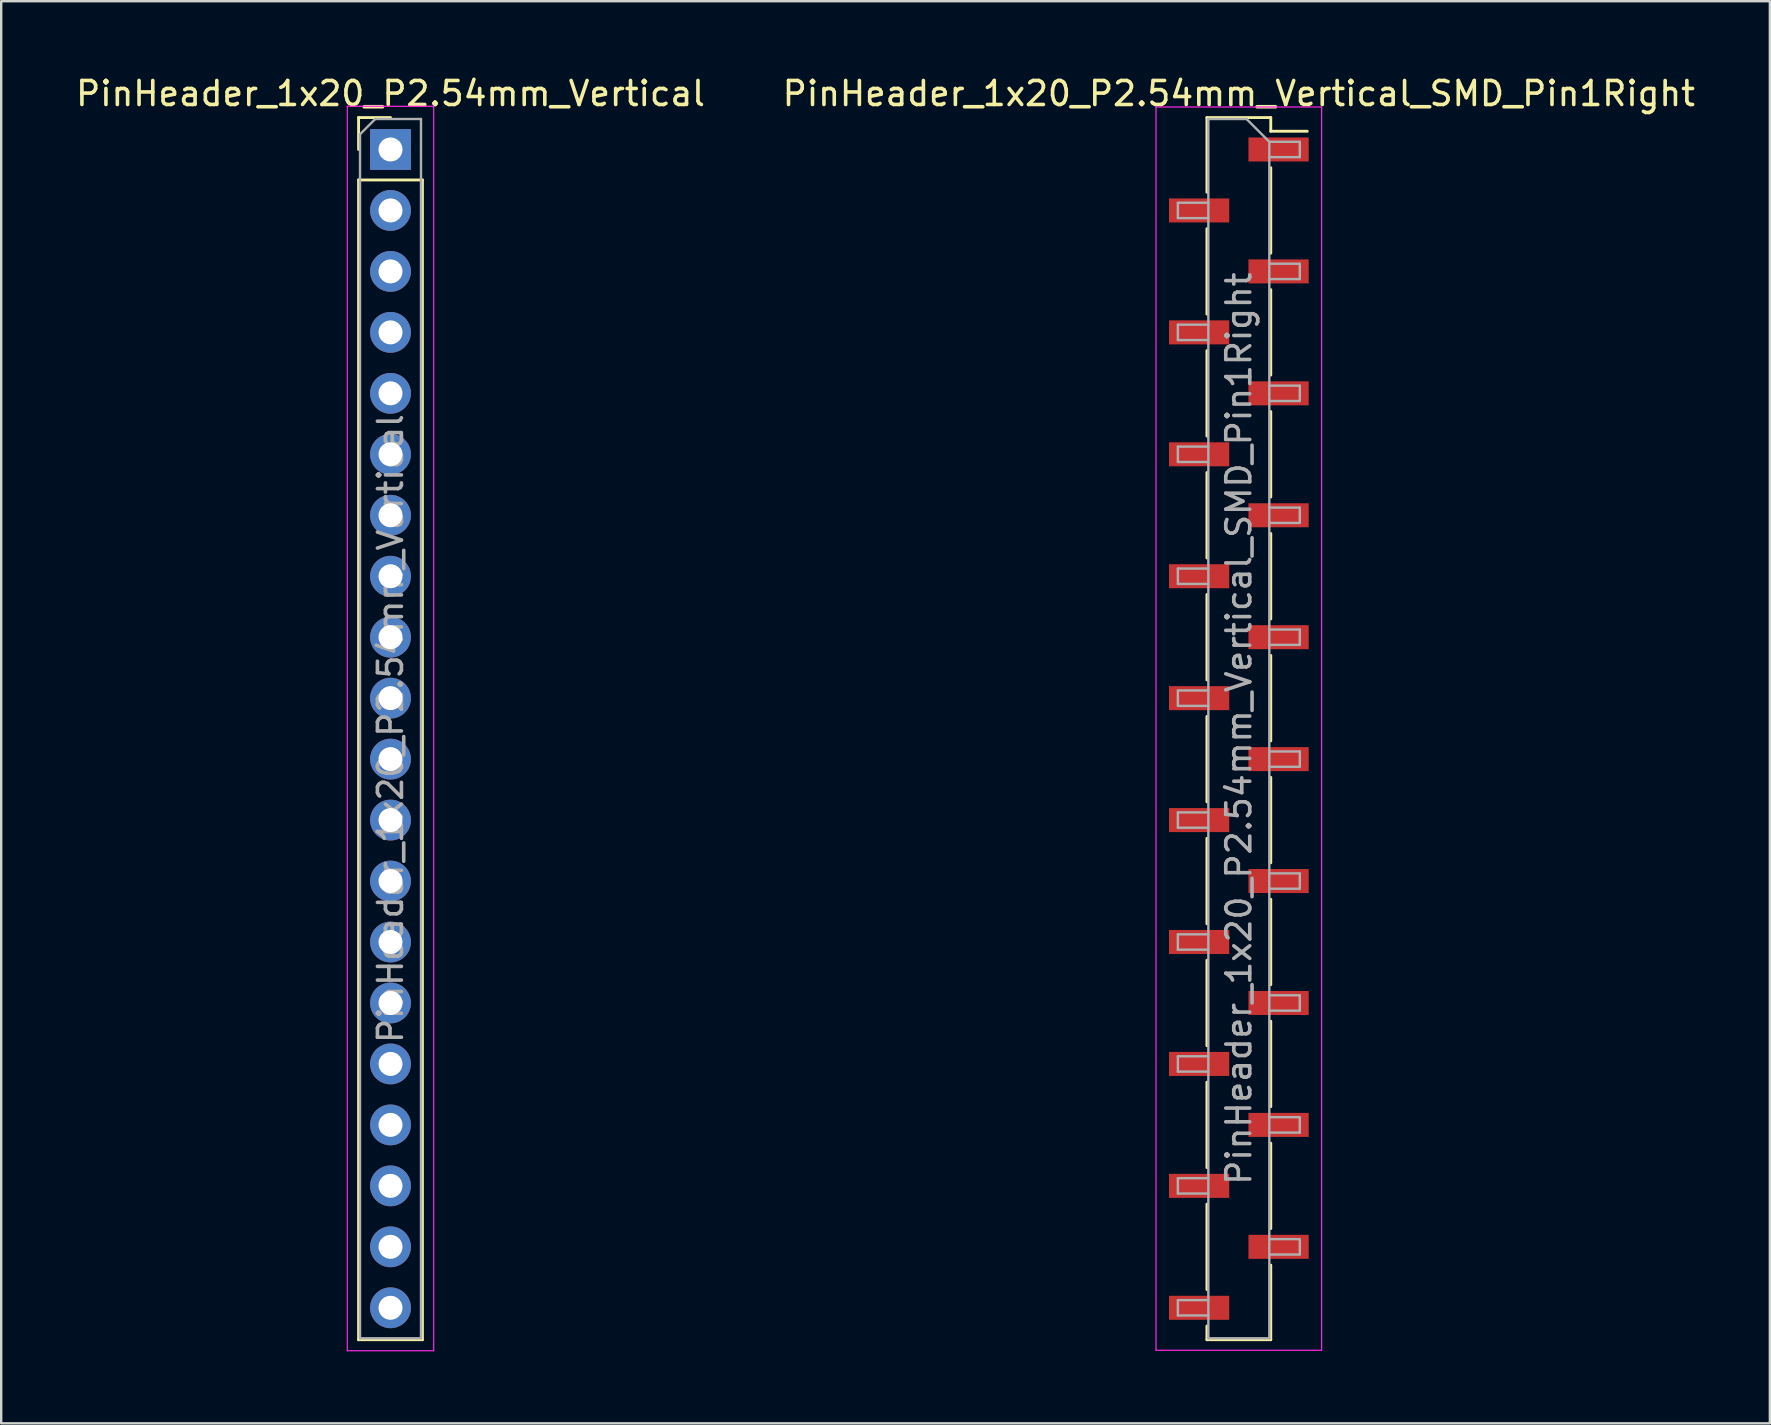
<source format=kicad_pcb>
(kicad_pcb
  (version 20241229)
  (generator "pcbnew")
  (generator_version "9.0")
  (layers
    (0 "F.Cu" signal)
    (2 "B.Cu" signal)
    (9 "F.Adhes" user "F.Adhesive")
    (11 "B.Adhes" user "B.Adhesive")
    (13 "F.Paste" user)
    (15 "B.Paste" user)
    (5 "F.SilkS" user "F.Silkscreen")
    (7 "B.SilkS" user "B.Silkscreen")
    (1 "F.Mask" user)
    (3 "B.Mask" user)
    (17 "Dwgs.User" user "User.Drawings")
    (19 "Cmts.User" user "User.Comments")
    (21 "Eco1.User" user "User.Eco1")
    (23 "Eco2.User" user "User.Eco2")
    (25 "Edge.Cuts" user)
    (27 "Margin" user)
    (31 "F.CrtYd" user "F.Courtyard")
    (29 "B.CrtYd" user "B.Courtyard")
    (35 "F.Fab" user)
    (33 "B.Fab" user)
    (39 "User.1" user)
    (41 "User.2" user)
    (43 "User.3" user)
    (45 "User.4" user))
  (footprint "PinHeader_1x20_P2.54mm_Vertical"
    (layer "F.Cu")
    (at 13.22 3.178)
    (property "Reference" "PinHeader_1x20_P2.54mm_Vertical" (at 0 -2.33 0) (layer "F.SilkS") (effects (font (size 1 1) (thickness 0.15))))
    (attr through_hole)
    (fp_line (start -1.33 -1.33) (end 0 -1.33) (stroke (width 0.12) (type solid)) (layer "F.SilkS"))
    (fp_line (start -1.33 0) (end -1.33 -1.33) (stroke (width 0.12) (type solid)) (layer "F.SilkS"))
    (fp_line (start -1.33 1.27) (end -1.33 49.59) (stroke (width 0.12) (type solid)) (layer "F.SilkS"))
    (fp_line (start -1.33 1.27) (end 1.33 1.27) (stroke (width 0.12) (type solid)) (layer "F.SilkS"))
    (fp_line (start -1.33 49.59) (end 1.33 49.59) (stroke (width 0.12) (type solid)) (layer "F.SilkS"))
    (fp_line (start 1.33 1.27) (end 1.33 49.59) (stroke (width 0.12) (type solid)) (layer "F.SilkS"))
    (fp_line (start -1.8 -1.8) (end -1.8 50.05) (stroke (width 0.05) (type solid)) (layer "F.CrtYd"))
    (fp_line (start -1.8 50.05) (end 1.8 50.05) (stroke (width 0.05) (type solid)) (layer "F.CrtYd"))
    (fp_line (start 1.8 -1.8) (end -1.8 -1.8) (stroke (width 0.05) (type solid)) (layer "F.CrtYd"))
    (fp_line (start 1.8 50.05) (end 1.8 -1.8) (stroke (width 0.05) (type solid)) (layer "F.CrtYd"))
    (fp_line (start -1.27 -0.635) (end -0.635 -1.27) (stroke (width 0.1) (type solid)) (layer "F.Fab"))
    (fp_line (start -1.27 49.53) (end -1.27 -0.635) (stroke (width 0.1) (type solid)) (layer "F.Fab"))
    (fp_line (start -0.635 -1.27) (end 1.27 -1.27) (stroke (width 0.1) (type solid)) (layer "F.Fab"))
    (fp_line (start 1.27 -1.27) (end 1.27 49.53) (stroke (width 0.1) (type solid)) (layer "F.Fab"))
    (fp_line (start 1.27 49.53) (end -1.27 49.53) (stroke (width 0.1) (type solid)) (layer "F.Fab"))
    (fp_text user "${REFERENCE}" (at 0 24.13 90) (layer "F.Fab") (effects (font (size 1 1) (thickness 0.15))))
    (pad "1" thru_hole rect (at 0 0) (size 1.7 1.7) (drill 1) (layers "*.Cu" "*.Mask"))
    (pad "2" thru_hole oval (at 0 2.54) (size 1.7 1.7) (drill 1) (layers "*.Cu" "*.Mask"))
    (pad "3" thru_hole oval (at 0 5.08) (size 1.7 1.7) (drill 1) (layers "*.Cu" "*.Mask"))
    (pad "4" thru_hole oval (at 0 7.62) (size 1.7 1.7) (drill 1) (layers "*.Cu" "*.Mask"))
    (pad "5" thru_hole oval (at 0 10.16) (size 1.7 1.7) (drill 1) (layers "*.Cu" "*.Mask"))
    (pad "6" thru_hole oval (at 0 12.7) (size 1.7 1.7) (drill 1) (layers "*.Cu" "*.Mask"))
    (pad "7" thru_hole oval (at 0 15.24) (size 1.7 1.7) (drill 1) (layers "*.Cu" "*.Mask"))
    (pad "8" thru_hole oval (at 0 17.78) (size 1.7 1.7) (drill 1) (layers "*.Cu" "*.Mask"))
    (pad "9" thru_hole oval (at 0 20.32) (size 1.7 1.7) (drill 1) (layers "*.Cu" "*.Mask"))
    (pad "10" thru_hole oval (at 0 22.86) (size 1.7 1.7) (drill 1) (layers "*.Cu" "*.Mask"))
    (pad "11" thru_hole oval (at 0 25.4) (size 1.7 1.7) (drill 1) (layers "*.Cu" "*.Mask"))
    (pad "12" thru_hole oval (at 0 27.94) (size 1.7 1.7) (drill 1) (layers "*.Cu" "*.Mask"))
    (pad "13" thru_hole oval (at 0 30.48) (size 1.7 1.7) (drill 1) (layers "*.Cu" "*.Mask"))
    (pad "14" thru_hole oval (at 0 33.02) (size 1.7 1.7) (drill 1) (layers "*.Cu" "*.Mask"))
    (pad "15" thru_hole oval (at 0 35.56) (size 1.7 1.7) (drill 1) (layers "*.Cu" "*.Mask"))
    (pad "16" thru_hole oval (at 0 38.1) (size 1.7 1.7) (drill 1) (layers "*.Cu" "*.Mask"))
    (pad "17" thru_hole oval (at 0 40.64) (size 1.7 1.7) (drill 1) (layers "*.Cu" "*.Mask"))
    (pad "18" thru_hole oval (at 0 43.18) (size 1.7 1.7) (drill 1) (layers "*.Cu" "*.Mask"))
    (pad "19" thru_hole oval (at 0 45.72) (size 1.7 1.7) (drill 1) (layers "*.Cu" "*.Mask"))
    (pad "20" thru_hole oval (at 0 48.26) (size 1.7 1.7) (drill 1) (layers "*.Cu" "*.Mask")))
  (footprint "PinHeader_1x20_P2.54mm_Vertical_SMD_Pin1Right"
    (layer "F.Cu")
    (at 48.565 27.308)
    (property "Reference" "PinHeader_1x20_P2.54mm_Vertical_SMD_Pin1Right" (at 0 -26.46 0) (layer "F.SilkS") (effects (font (size 1 1) (thickness 0.15))))
    (attr smd)
    (fp_line (start -1.33 -25.46) (end -1.33 -22.35) (stroke (width 0.12) (type solid)) (layer "F.SilkS"))
    (fp_line (start -1.33 -25.46) (end 1.33 -25.46) (stroke (width 0.12) (type solid)) (layer "F.SilkS"))
    (fp_line (start -1.33 -20.83) (end -1.33 -17.27) (stroke (width 0.12) (type solid)) (layer "F.SilkS"))
    (fp_line (start -1.33 -15.75) (end -1.33 -12.19) (stroke (width 0.12) (type solid)) (layer "F.SilkS"))
    (fp_line (start -1.33 -10.67) (end -1.33 -7.11) (stroke (width 0.12) (type solid)) (layer "F.SilkS"))
    (fp_line (start -1.33 -5.59) (end -1.33 -2.03) (stroke (width 0.12) (type solid)) (layer "F.SilkS"))
    (fp_line (start -1.33 -0.51) (end -1.33 3.05) (stroke (width 0.12) (type solid)) (layer "F.SilkS"))
    (fp_line (start -1.33 4.57) (end -1.33 8.13) (stroke (width 0.12) (type solid)) (layer "F.SilkS"))
    (fp_line (start -1.33 9.65) (end -1.33 13.21) (stroke (width 0.12) (type solid)) (layer "F.SilkS"))
    (fp_line (start -1.33 14.73) (end -1.33 18.29) (stroke (width 0.12) (type solid)) (layer "F.SilkS"))
    (fp_line (start -1.33 19.81) (end -1.33 23.37) (stroke (width 0.12) (type solid)) (layer "F.SilkS"))
    (fp_line (start -1.33 24.89) (end -1.33 25.46) (stroke (width 0.12) (type solid)) (layer "F.SilkS"))
    (fp_line (start -1.33 25.46) (end 1.33 25.46) (stroke (width 0.12) (type solid)) (layer "F.SilkS"))
    (fp_line (start 1.33 -25.46) (end 1.33 -24.89) (stroke (width 0.12) (type solid)) (layer "F.SilkS"))
    (fp_line (start 1.33 -24.89) (end 2.85 -24.89) (stroke (width 0.12) (type solid)) (layer "F.SilkS"))
    (fp_line (start 1.33 -23.37) (end 1.33 -19.81) (stroke (width 0.12) (type solid)) (layer "F.SilkS"))
    (fp_line (start 1.33 -18.29) (end 1.33 -14.73) (stroke (width 0.12) (type solid)) (layer "F.SilkS"))
    (fp_line (start 1.33 -13.21) (end 1.33 -9.65) (stroke (width 0.12) (type solid)) (layer "F.SilkS"))
    (fp_line (start 1.33 -8.13) (end 1.33 -4.57) (stroke (width 0.12) (type solid)) (layer "F.SilkS"))
    (fp_line (start 1.33 -3.05) (end 1.33 0.51) (stroke (width 0.12) (type solid)) (layer "F.SilkS"))
    (fp_line (start 1.33 2.03) (end 1.33 5.59) (stroke (width 0.12) (type solid)) (layer "F.SilkS"))
    (fp_line (start 1.33 7.11) (end 1.33 10.67) (stroke (width 0.12) (type solid)) (layer "F.SilkS"))
    (fp_line (start 1.33 12.19) (end 1.33 15.75) (stroke (width 0.12) (type solid)) (layer "F.SilkS"))
    (fp_line (start 1.33 17.27) (end 1.33 20.83) (stroke (width 0.12) (type solid)) (layer "F.SilkS"))
    (fp_line (start 1.33 22.35) (end 1.33 25.46) (stroke (width 0.12) (type solid)) (layer "F.SilkS"))
    (fp_line (start -3.45 -25.9) (end -3.45 25.9) (stroke (width 0.05) (type solid)) (layer "F.CrtYd"))
    (fp_line (start -3.45 25.9) (end 3.45 25.9) (stroke (width 0.05) (type solid)) (layer "F.CrtYd"))
    (fp_line (start 3.45 -25.9) (end -3.45 -25.9) (stroke (width 0.05) (type solid)) (layer "F.CrtYd"))
    (fp_line (start 3.45 25.9) (end 3.45 -25.9) (stroke (width 0.05) (type solid)) (layer "F.CrtYd"))
    (fp_line (start -2.54 -21.91) (end -2.54 -21.27) (stroke (width 0.1) (type solid)) (layer "F.Fab"))
    (fp_line (start -2.54 -21.27) (end -1.27 -21.27) (stroke (width 0.1) (type solid)) (layer "F.Fab"))
    (fp_line (start -2.54 -16.83) (end -2.54 -16.19) (stroke (width 0.1) (type solid)) (layer "F.Fab"))
    (fp_line (start -2.54 -16.19) (end -1.27 -16.19) (stroke (width 0.1) (type solid)) (layer "F.Fab"))
    (fp_line (start -2.54 -11.75) (end -2.54 -11.11) (stroke (width 0.1) (type solid)) (layer "F.Fab"))
    (fp_line (start -2.54 -11.11) (end -1.27 -11.11) (stroke (width 0.1) (type solid)) (layer "F.Fab"))
    (fp_line (start -2.54 -6.67) (end -2.54 -6.03) (stroke (width 0.1) (type solid)) (layer "F.Fab"))
    (fp_line (start -2.54 -6.03) (end -1.27 -6.03) (stroke (width 0.1) (type solid)) (layer "F.Fab"))
    (fp_line (start -2.54 -1.59) (end -2.54 -0.95) (stroke (width 0.1) (type solid)) (layer "F.Fab"))
    (fp_line (start -2.54 -0.95) (end -1.27 -0.95) (stroke (width 0.1) (type solid)) (layer "F.Fab"))
    (fp_line (start -2.54 3.49) (end -2.54 4.13) (stroke (width 0.1) (type solid)) (layer "F.Fab"))
    (fp_line (start -2.54 4.13) (end -1.27 4.13) (stroke (width 0.1) (type solid)) (layer "F.Fab"))
    (fp_line (start -2.54 8.57) (end -2.54 9.21) (stroke (width 0.1) (type solid)) (layer "F.Fab"))
    (fp_line (start -2.54 9.21) (end -1.27 9.21) (stroke (width 0.1) (type solid)) (layer "F.Fab"))
    (fp_line (start -2.54 13.65) (end -2.54 14.29) (stroke (width 0.1) (type solid)) (layer "F.Fab"))
    (fp_line (start -2.54 14.29) (end -1.27 14.29) (stroke (width 0.1) (type solid)) (layer "F.Fab"))
    (fp_line (start -2.54 18.73) (end -2.54 19.37) (stroke (width 0.1) (type solid)) (layer "F.Fab"))
    (fp_line (start -2.54 19.37) (end -1.27 19.37) (stroke (width 0.1) (type solid)) (layer "F.Fab"))
    (fp_line (start -2.54 23.81) (end -2.54 24.45) (stroke (width 0.1) (type solid)) (layer "F.Fab"))
    (fp_line (start -2.54 24.45) (end -1.27 24.45) (stroke (width 0.1) (type solid)) (layer "F.Fab"))
    (fp_line (start -1.27 -25.4) (end -1.27 25.4) (stroke (width 0.1) (type solid)) (layer "F.Fab"))
    (fp_line (start -1.27 -25.4) (end 0.32 -25.4) (stroke (width 0.1) (type solid)) (layer "F.Fab"))
    (fp_line (start -1.27 -21.91) (end -2.54 -21.91) (stroke (width 0.1) (type solid)) (layer "F.Fab"))
    (fp_line (start -1.27 -16.83) (end -2.54 -16.83) (stroke (width 0.1) (type solid)) (layer "F.Fab"))
    (fp_line (start -1.27 -11.75) (end -2.54 -11.75) (stroke (width 0.1) (type solid)) (layer "F.Fab"))
    (fp_line (start -1.27 -6.67) (end -2.54 -6.67) (stroke (width 0.1) (type solid)) (layer "F.Fab"))
    (fp_line (start -1.27 -1.59) (end -2.54 -1.59) (stroke (width 0.1) (type solid)) (layer "F.Fab"))
    (fp_line (start -1.27 3.49) (end -2.54 3.49) (stroke (width 0.1) (type solid)) (layer "F.Fab"))
    (fp_line (start -1.27 8.57) (end -2.54 8.57) (stroke (width 0.1) (type solid)) (layer "F.Fab"))
    (fp_line (start -1.27 13.65) (end -2.54 13.65) (stroke (width 0.1) (type solid)) (layer "F.Fab"))
    (fp_line (start -1.27 18.73) (end -2.54 18.73) (stroke (width 0.1) (type solid)) (layer "F.Fab"))
    (fp_line (start -1.27 23.81) (end -2.54 23.81) (stroke (width 0.1) (type solid)) (layer "F.Fab"))
    (fp_line (start 1.27 -24.45) (end 0.32 -25.4) (stroke (width 0.1) (type solid)) (layer "F.Fab"))
    (fp_line (start 1.27 -24.45) (end 2.54 -24.45) (stroke (width 0.1) (type solid)) (layer "F.Fab"))
    (fp_line (start 1.27 -19.37) (end 2.54 -19.37) (stroke (width 0.1) (type solid)) (layer "F.Fab"))
    (fp_line (start 1.27 -14.29) (end 2.54 -14.29) (stroke (width 0.1) (type solid)) (layer "F.Fab"))
    (fp_line (start 1.27 -9.21) (end 2.54 -9.21) (stroke (width 0.1) (type solid)) (layer "F.Fab"))
    (fp_line (start 1.27 -4.13) (end 2.54 -4.13) (stroke (width 0.1) (type solid)) (layer "F.Fab"))
    (fp_line (start 1.27 0.95) (end 2.54 0.95) (stroke (width 0.1) (type solid)) (layer "F.Fab"))
    (fp_line (start 1.27 6.03) (end 2.54 6.03) (stroke (width 0.1) (type solid)) (layer "F.Fab"))
    (fp_line (start 1.27 11.11) (end 2.54 11.11) (stroke (width 0.1) (type solid)) (layer "F.Fab"))
    (fp_line (start 1.27 16.19) (end 2.54 16.19) (stroke (width 0.1) (type solid)) (layer "F.Fab"))
    (fp_line (start 1.27 21.27) (end 2.54 21.27) (stroke (width 0.1) (type solid)) (layer "F.Fab"))
    (fp_line (start 1.27 25.4) (end -1.27 25.4) (stroke (width 0.1) (type solid)) (layer "F.Fab"))
    (fp_line (start 1.27 25.4) (end 1.27 -24.45) (stroke (width 0.1) (type solid)) (layer "F.Fab"))
    (fp_line (start 2.54 -24.45) (end 2.54 -23.81) (stroke (width 0.1) (type solid)) (layer "F.Fab"))
    (fp_line (start 2.54 -23.81) (end 1.27 -23.81) (stroke (width 0.1) (type solid)) (layer "F.Fab"))
    (fp_line (start 2.54 -19.37) (end 2.54 -18.73) (stroke (width 0.1) (type solid)) (layer "F.Fab"))
    (fp_line (start 2.54 -18.73) (end 1.27 -18.73) (stroke (width 0.1) (type solid)) (layer "F.Fab"))
    (fp_line (start 2.54 -14.29) (end 2.54 -13.65) (stroke (width 0.1) (type solid)) (layer "F.Fab"))
    (fp_line (start 2.54 -13.65) (end 1.27 -13.65) (stroke (width 0.1) (type solid)) (layer "F.Fab"))
    (fp_line (start 2.54 -9.21) (end 2.54 -8.57) (stroke (width 0.1) (type solid)) (layer "F.Fab"))
    (fp_line (start 2.54 -8.57) (end 1.27 -8.57) (stroke (width 0.1) (type solid)) (layer "F.Fab"))
    (fp_line (start 2.54 -4.13) (end 2.54 -3.49) (stroke (width 0.1) (type solid)) (layer "F.Fab"))
    (fp_line (start 2.54 -3.49) (end 1.27 -3.49) (stroke (width 0.1) (type solid)) (layer "F.Fab"))
    (fp_line (start 2.54 0.95) (end 2.54 1.59) (stroke (width 0.1) (type solid)) (layer "F.Fab"))
    (fp_line (start 2.54 1.59) (end 1.27 1.59) (stroke (width 0.1) (type solid)) (layer "F.Fab"))
    (fp_line (start 2.54 6.03) (end 2.54 6.67) (stroke (width 0.1) (type solid)) (layer "F.Fab"))
    (fp_line (start 2.54 6.67) (end 1.27 6.67) (stroke (width 0.1) (type solid)) (layer "F.Fab"))
    (fp_line (start 2.54 11.11) (end 2.54 11.75) (stroke (width 0.1) (type solid)) (layer "F.Fab"))
    (fp_line (start 2.54 11.75) (end 1.27 11.75) (stroke (width 0.1) (type solid)) (layer "F.Fab"))
    (fp_line (start 2.54 16.19) (end 2.54 16.83) (stroke (width 0.1) (type solid)) (layer "F.Fab"))
    (fp_line (start 2.54 16.83) (end 1.27 16.83) (stroke (width 0.1) (type solid)) (layer "F.Fab"))
    (fp_line (start 2.54 21.27) (end 2.54 21.91) (stroke (width 0.1) (type solid)) (layer "F.Fab"))
    (fp_line (start 2.54 21.91) (end 1.27 21.91) (stroke (width 0.1) (type solid)) (layer "F.Fab"))
    (fp_text user "${REFERENCE}" (at 0 0 90) (layer "F.Fab") (effects (font (size 1 1) (thickness 0.15))))
    (pad "1" smd rect (at 1.655 -24.13) (size 2.51 1) (layers "F.Cu" "F.Mask" "F.Paste"))
    (pad "2" smd rect (at -1.655 -21.59) (size 2.51 1) (layers "F.Cu" "F.Mask" "F.Paste"))
    (pad "3" smd rect (at 1.655 -19.05) (size 2.51 1) (layers "F.Cu" "F.Mask" "F.Paste"))
    (pad "4" smd rect (at -1.655 -16.51) (size 2.51 1) (layers "F.Cu" "F.Mask" "F.Paste"))
    (pad "5" smd rect (at 1.655 -13.97) (size 2.51 1) (layers "F.Cu" "F.Mask" "F.Paste"))
    (pad "6" smd rect (at -1.655 -11.43) (size 2.51 1) (layers "F.Cu" "F.Mask" "F.Paste"))
    (pad "7" smd rect (at 1.655 -8.89) (size 2.51 1) (layers "F.Cu" "F.Mask" "F.Paste"))
    (pad "8" smd rect (at -1.655 -6.35) (size 2.51 1) (layers "F.Cu" "F.Mask" "F.Paste"))
    (pad "9" smd rect (at 1.655 -3.81) (size 2.51 1) (layers "F.Cu" "F.Mask" "F.Paste"))
    (pad "10" smd rect (at -1.655 -1.27) (size 2.51 1) (layers "F.Cu" "F.Mask" "F.Paste"))
    (pad "11" smd rect (at 1.655 1.27) (size 2.51 1) (layers "F.Cu" "F.Mask" "F.Paste"))
    (pad "12" smd rect (at -1.655 3.81) (size 2.51 1) (layers "F.Cu" "F.Mask" "F.Paste"))
    (pad "13" smd rect (at 1.655 6.35) (size 2.51 1) (layers "F.Cu" "F.Mask" "F.Paste"))
    (pad "14" smd rect (at -1.655 8.89) (size 2.51 1) (layers "F.Cu" "F.Mask" "F.Paste"))
    (pad "15" smd rect (at 1.655 11.43) (size 2.51 1) (layers "F.Cu" "F.Mask" "F.Paste"))
    (pad "16" smd rect (at -1.655 13.97) (size 2.51 1) (layers "F.Cu" "F.Mask" "F.Paste"))
    (pad "17" smd rect (at 1.655 16.51) (size 2.51 1) (layers "F.Cu" "F.Mask" "F.Paste"))
    (pad "18" smd rect (at -1.655 19.05) (size 2.51 1) (layers "F.Cu" "F.Mask" "F.Paste"))
    (pad "19" smd rect (at 1.655 21.59) (size 2.51 1) (layers "F.Cu" "F.Mask" "F.Paste"))
    (pad "20" smd rect (at -1.655 24.13) (size 2.51 1) (layers "F.Cu" "F.Mask" "F.Paste")))
  (gr_rect
    (start -3 -3)
    (end 70.69 56.253)
    (stroke (width 0.1) (type default))
    (fill no)
    (layer "Edge.Cuts")))
</source>
